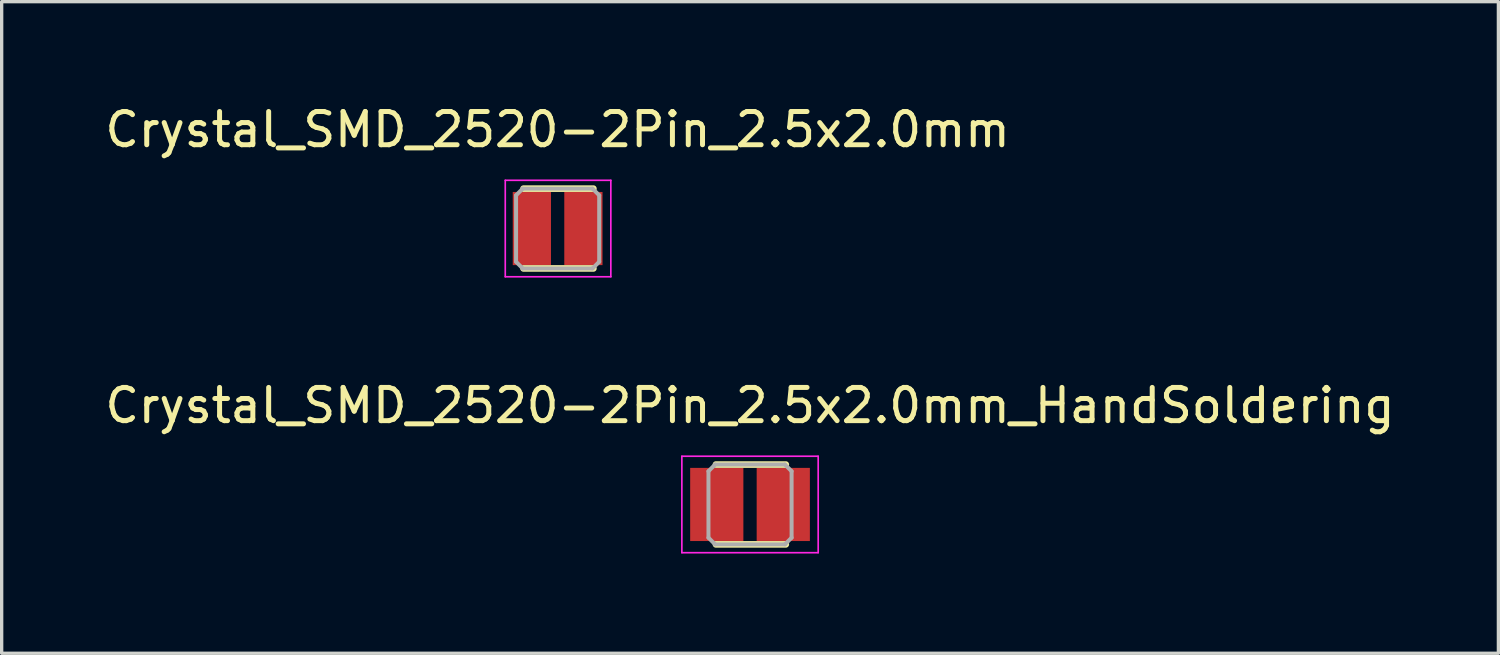
<source format=kicad_pcb>
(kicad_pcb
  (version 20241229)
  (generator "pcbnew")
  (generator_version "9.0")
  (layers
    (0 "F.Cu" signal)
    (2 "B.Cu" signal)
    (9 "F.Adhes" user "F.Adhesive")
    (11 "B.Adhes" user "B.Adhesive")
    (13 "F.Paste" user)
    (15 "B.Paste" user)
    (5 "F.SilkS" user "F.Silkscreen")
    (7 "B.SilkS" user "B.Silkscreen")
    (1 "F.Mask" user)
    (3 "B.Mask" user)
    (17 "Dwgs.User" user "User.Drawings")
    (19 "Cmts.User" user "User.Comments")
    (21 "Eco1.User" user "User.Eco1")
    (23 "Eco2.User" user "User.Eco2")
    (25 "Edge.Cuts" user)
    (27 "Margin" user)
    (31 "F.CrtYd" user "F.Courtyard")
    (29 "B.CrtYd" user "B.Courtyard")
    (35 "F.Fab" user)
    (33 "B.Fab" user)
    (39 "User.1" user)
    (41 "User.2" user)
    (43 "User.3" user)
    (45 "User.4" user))
  (footprint "Crystal_SMD_2520-2Pin_2.5x2.0mm"
    (layer "F.Cu")
    (at 13.72 3.823)
    (property "Reference" "Crystal_SMD_2520-2Pin_2.5x2.0mm" (at 0 -2.975 0) (layer "F.SilkS") (effects (font (size 1 1) (thickness 0.15))))
    (attr through_hole)
    (fp_line (start -1.025 -1.2) (end 1.075 -1.2) (stroke (width 0.2) (type solid)) (layer "F.SilkS"))
    (fp_line (start -1.025 1.2) (end 1.075 1.2) (stroke (width 0.2) (type solid)) (layer "F.SilkS"))
    (fp_line (start -1.575 -1.45) (end -1.575 1.45) (stroke (width 0.05) (type solid)) (layer "F.CrtYd"))
    (fp_line (start -1.575 1.45) (end 1.6 1.45) (stroke (width 0.05) (type solid)) (layer "F.CrtYd"))
    (fp_line (start 1.6 -1.45) (end -1.575 -1.45) (stroke (width 0.05) (type solid)) (layer "F.CrtYd"))
    (fp_line (start 1.6 1.45) (end 1.6 -1.45) (stroke (width 0.05) (type solid)) (layer "F.CrtYd"))
    (fp_line (start -1.25 -1) (end -1.05 -1.2) (stroke (width 0.12) (type solid)) (layer "F.Fab"))
    (fp_line (start -1.25 1) (end -1.25 -1) (stroke (width 0.12) (type solid)) (layer "F.Fab"))
    (fp_line (start -1.05 -1.2) (end 1.05 -1.2) (stroke (width 0.12) (type solid)) (layer "F.Fab"))
    (fp_line (start -1.05 1.2) (end -1.25 1) (stroke (width 0.12) (type solid)) (layer "F.Fab"))
    (fp_line (start 1.05 -1.2) (end 1.25 -1) (stroke (width 0.12) (type solid)) (layer "F.Fab"))
    (fp_line (start 1.05 1.2) (end -1.05 1.2) (stroke (width 0.12) (type solid)) (layer "F.Fab"))
    (fp_line (start 1.25 -1) (end 1.25 1) (stroke (width 0.12) (type solid)) (layer "F.Fab"))
    (fp_line (start 1.25 1) (end 1.05 1.2) (stroke (width 0.12) (type solid)) (layer "F.Fab"))
    (pad "1" smd rect (at 0.775 0) (size 1.15 2.2) (layers "F.Cu" "F.Mask" "F.Paste"))
    (pad "2" smd rect (at -0.775 0) (size 1.15 2.2) (layers "F.Cu" "F.Mask" "F.Paste")))
  (footprint "Crystal_SMD_2520-2Pin_2.5x2.0mm_HandSoldering"
    (layer "F.Cu")
    (at 19.506 12.121)
    (property "Reference" "Crystal_SMD_2520-2Pin_2.5x2.0mm_HandSoldering" (at 0 -2.975 0) (layer "F.SilkS") (effects (font (size 1 1) (thickness 0.15))))
    (attr through_hole)
    (fp_line (start -1.025 -1.2) (end 1.075 -1.2) (stroke (width 0.2) (type solid)) (layer "F.SilkS"))
    (fp_line (start -1.025 1.2) (end 1.075 1.2) (stroke (width 0.2) (type solid)) (layer "F.SilkS"))
    (fp_line (start -2.05 -1.45) (end -2.05 1.45) (stroke (width 0.05) (type solid)) (layer "F.CrtYd"))
    (fp_line (start -2.05 1.45) (end 2.05 1.45) (stroke (width 0.05) (type solid)) (layer "F.CrtYd"))
    (fp_line (start 2.05 -1.45) (end -2.05 -1.45) (stroke (width 0.05) (type solid)) (layer "F.CrtYd"))
    (fp_line (start 2.05 1.45) (end 2.05 -1.45) (stroke (width 0.05) (type solid)) (layer "F.CrtYd"))
    (fp_line (start -1.25 -1) (end -1.05 -1.2) (stroke (width 0.12) (type solid)) (layer "F.Fab"))
    (fp_line (start -1.25 1) (end -1.25 -1) (stroke (width 0.12) (type solid)) (layer "F.Fab"))
    (fp_line (start -1.05 -1.2) (end 1.05 -1.2) (stroke (width 0.12) (type solid)) (layer "F.Fab"))
    (fp_line (start -1.05 1.2) (end -1.25 1) (stroke (width 0.12) (type solid)) (layer "F.Fab"))
    (fp_line (start 1.05 -1.2) (end 1.25 -1) (stroke (width 0.12) (type solid)) (layer "F.Fab"))
    (fp_line (start 1.05 1.2) (end -1.05 1.2) (stroke (width 0.12) (type solid)) (layer "F.Fab"))
    (fp_line (start 1.25 -1) (end 1.25 1) (stroke (width 0.12) (type solid)) (layer "F.Fab"))
    (fp_line (start 1.25 1) (end 1.05 1.2) (stroke (width 0.12) (type solid)) (layer "F.Fab"))
    (pad "1" smd rect (at 1 0) (size 1.6 2.2) (layers "F.Cu" "F.Mask" "F.Paste"))
    (pad "2" smd rect (at -1 0) (size 1.6 2.2) (layers "F.Cu" "F.Mask" "F.Paste")))
  (gr_rect
    (start -3 -3)
    (end 42.012 16.596)
    (stroke (width 0.1) (type default))
    (fill no)
    (layer "Edge.Cuts")))
</source>
